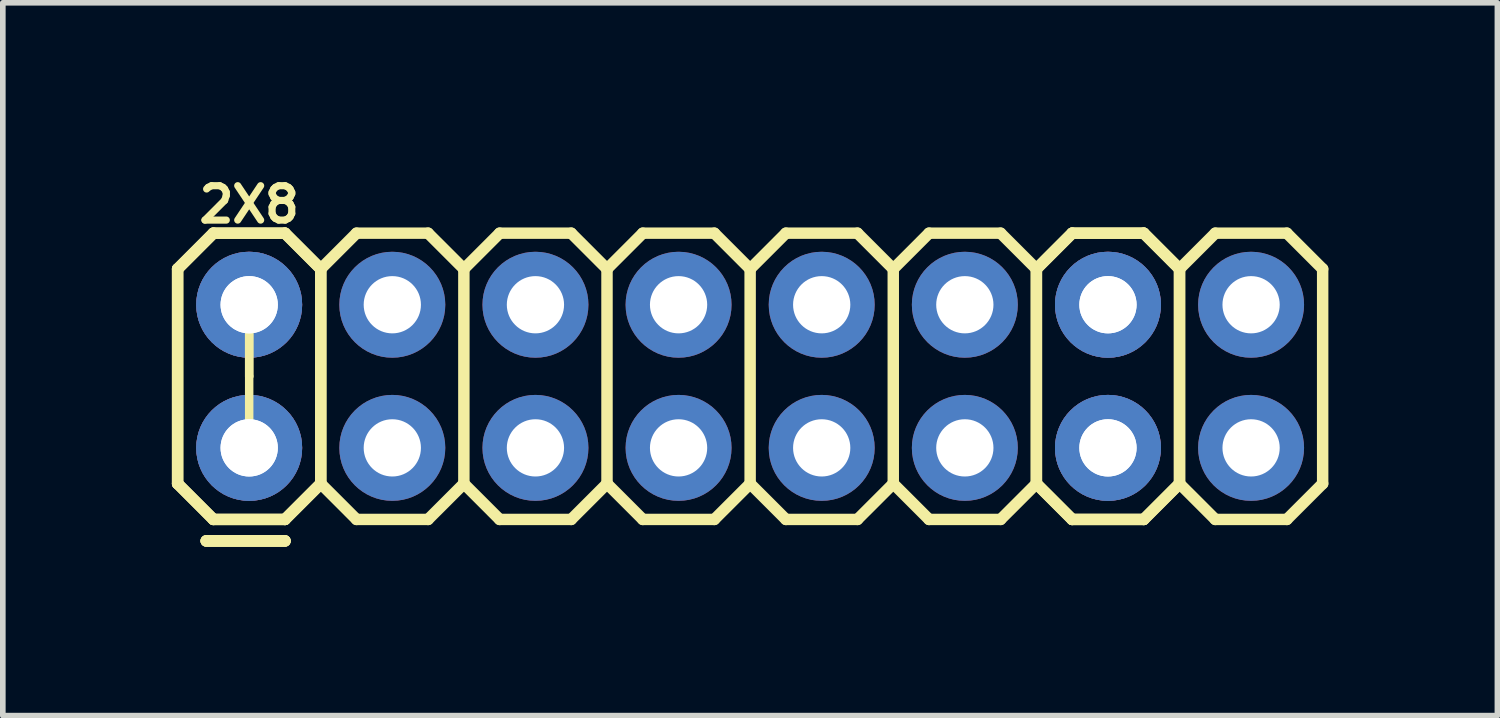
<source format=kicad_pcb>
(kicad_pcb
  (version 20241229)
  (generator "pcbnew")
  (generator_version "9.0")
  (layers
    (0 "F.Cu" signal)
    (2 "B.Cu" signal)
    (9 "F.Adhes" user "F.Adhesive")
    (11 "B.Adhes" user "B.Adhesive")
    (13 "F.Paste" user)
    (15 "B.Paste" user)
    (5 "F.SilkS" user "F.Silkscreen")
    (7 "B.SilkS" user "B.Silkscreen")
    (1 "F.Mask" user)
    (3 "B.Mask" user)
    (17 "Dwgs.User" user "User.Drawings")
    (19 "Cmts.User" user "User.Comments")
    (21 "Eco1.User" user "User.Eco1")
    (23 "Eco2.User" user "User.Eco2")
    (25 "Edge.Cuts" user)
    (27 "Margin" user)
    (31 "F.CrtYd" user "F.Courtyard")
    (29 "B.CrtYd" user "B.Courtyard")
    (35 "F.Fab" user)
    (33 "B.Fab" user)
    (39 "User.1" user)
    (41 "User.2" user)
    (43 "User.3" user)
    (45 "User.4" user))
  (footprint "2X8"
    (layer "F.Cu")
    (at 1.372 4.898)
    (property "Reference" "2X8" (at 0 -4.318 0) (layer "F.SilkS") (effects (font (size 0.61 0.61) (thickness 0.127))))
    (attr exclude_from_pos_files exclude_from_bom)
    (fp_line (start -1.27 -3.175) (end -0.635 -3.81) (stroke (width 0.203) (type solid)) (layer "F.SilkS"))
    (fp_line (start -1.27 -3.175) (end -0.635 -3.81) (stroke (width 0.203) (type solid)) (layer "F.SilkS"))
    (fp_line (start -1.27 0.635) (end -1.27 -3.175) (stroke (width 0.203) (type solid)) (layer "F.SilkS"))
    (fp_line (start -1.27 0.635) (end -1.27 -3.175) (stroke (width 0.203) (type solid)) (layer "F.SilkS"))
    (fp_line (start -1.27 0.635) (end -0.635 1.27) (stroke (width 0.203) (type solid)) (layer "F.SilkS"))
    (fp_line (start -1.27 0.635) (end -0.635 1.27) (stroke (width 0.203) (type solid)) (layer "F.SilkS"))
    (fp_line (start -0.762 1.651) (end 0.635 1.651) (stroke (width 0.203) (type solid)) (layer "F.SilkS"))
    (fp_line (start -0.762 1.651) (end 0.635 1.651) (stroke (width 0.203) (type solid)) (layer "F.SilkS"))
    (fp_line (start -0.635 -3.81) (end 0.635 -3.81) (stroke (width 0.203) (type solid)) (layer "F.SilkS"))
    (fp_line (start -0.635 -3.81) (end 0.635 -3.81) (stroke (width 0.203) (type solid)) (layer "F.SilkS"))
    (fp_line (start -0.635 1.27) (end 0.635 1.27) (stroke (width 0.203) (type solid)) (layer "F.SilkS"))
    (fp_line (start -0.635 1.27) (end 0.635 1.27) (stroke (width 0.203) (type solid)) (layer "F.SilkS"))
    (fp_line (start 0 -2.54) (end 0 -1.27) (stroke (width 0.15) (type solid)) (layer "F.SilkS"))
    (fp_line (start 0 -1.27) (end 0 -2.54) (stroke (width 0.15) (type solid)) (layer "F.SilkS"))
    (fp_line (start 0 -1.27) (end 0 0) (stroke (width 0.15) (type solid)) (layer "F.SilkS"))
    (fp_line (start 0.635 -3.81) (end 1.27 -3.175) (stroke (width 0.203) (type solid)) (layer "F.SilkS"))
    (fp_line (start 0.635 -3.81) (end 1.27 -3.175) (stroke (width 0.203) (type solid)) (layer "F.SilkS"))
    (fp_line (start 0.635 1.27) (end 1.27 0.635) (stroke (width 0.203) (type solid)) (layer "F.SilkS"))
    (fp_line (start 0.635 1.27) (end 1.27 0.635) (stroke (width 0.203) (type solid)) (layer "F.SilkS"))
    (fp_line (start 0.635 1.651) (end -0.762 1.651) (stroke (width 0.203) (type solid)) (layer "F.SilkS"))
    (fp_line (start 0.635 1.651) (end -0.762 1.651) (stroke (width 0.203) (type solid)) (layer "F.SilkS"))
    (fp_line (start 1.27 -3.175) (end 1.27 0.635) (stroke (width 0.203) (type solid)) (layer "F.SilkS"))
    (fp_line (start 1.27 -3.175) (end 1.27 0.635) (stroke (width 0.203) (type solid)) (layer "F.SilkS"))
    (fp_line (start 1.27 -3.175) (end 1.905 -3.81) (stroke (width 0.203) (type solid)) (layer "F.SilkS"))
    (fp_line (start 1.27 0.635) (end 1.905 1.27) (stroke (width 0.203) (type solid)) (layer "F.SilkS"))
    (fp_line (start 1.905 -3.81) (end 3.175 -3.81) (stroke (width 0.203) (type solid)) (layer "F.SilkS"))
    (fp_line (start 1.905 1.27) (end 3.175 1.27) (stroke (width 0.203) (type solid)) (layer "F.SilkS"))
    (fp_line (start 3.175 -3.81) (end 3.81 -3.175) (stroke (width 0.203) (type solid)) (layer "F.SilkS"))
    (fp_line (start 3.175 1.27) (end 3.81 0.635) (stroke (width 0.203) (type solid)) (layer "F.SilkS"))
    (fp_line (start 3.81 -3.175) (end 3.81 0.635) (stroke (width 0.203) (type solid)) (layer "F.SilkS"))
    (fp_line (start 3.81 -3.175) (end 4.445 -3.81) (stroke (width 0.203) (type solid)) (layer "F.SilkS"))
    (fp_line (start 3.81 0.635) (end 4.445 1.27) (stroke (width 0.203) (type solid)) (layer "F.SilkS"))
    (fp_line (start 4.445 -3.81) (end 5.715 -3.81) (stroke (width 0.203) (type solid)) (layer "F.SilkS"))
    (fp_line (start 4.445 1.27) (end 5.715 1.27) (stroke (width 0.203) (type solid)) (layer "F.SilkS"))
    (fp_line (start 5.715 -3.81) (end 6.35 -3.175) (stroke (width 0.203) (type solid)) (layer "F.SilkS"))
    (fp_line (start 5.715 1.27) (end 6.35 0.635) (stroke (width 0.203) (type solid)) (layer "F.SilkS"))
    (fp_line (start 6.35 -3.175) (end 6.35 0.635) (stroke (width 0.203) (type solid)) (layer "F.SilkS"))
    (fp_line (start 6.35 -3.175) (end 6.985 -3.81) (stroke (width 0.203) (type solid)) (layer "F.SilkS"))
    (fp_line (start 6.35 0.635) (end 6.985 1.27) (stroke (width 0.203) (type solid)) (layer "F.SilkS"))
    (fp_line (start 6.985 -3.81) (end 8.255 -3.81) (stroke (width 0.203) (type solid)) (layer "F.SilkS"))
    (fp_line (start 6.985 1.27) (end 8.255 1.27) (stroke (width 0.203) (type solid)) (layer "F.SilkS"))
    (fp_line (start 8.255 -3.81) (end 8.89 -3.175) (stroke (width 0.203) (type solid)) (layer "F.SilkS"))
    (fp_line (start 8.255 1.27) (end 8.89 0.635) (stroke (width 0.203) (type solid)) (layer "F.SilkS"))
    (fp_line (start 8.89 -3.175) (end 8.89 0.635) (stroke (width 0.203) (type solid)) (layer "F.SilkS"))
    (fp_line (start 8.89 -3.175) (end 9.525 -3.81) (stroke (width 0.203) (type solid)) (layer "F.SilkS"))
    (fp_line (start 8.89 0.635) (end 9.525 1.27) (stroke (width 0.203) (type solid)) (layer "F.SilkS"))
    (fp_line (start 9.525 -3.81) (end 10.795 -3.81) (stroke (width 0.203) (type solid)) (layer "F.SilkS"))
    (fp_line (start 9.525 1.27) (end 10.795 1.27) (stroke (width 0.203) (type solid)) (layer "F.SilkS"))
    (fp_line (start 10.795 -3.81) (end 11.43 -3.175) (stroke (width 0.203) (type solid)) (layer "F.SilkS"))
    (fp_line (start 10.795 1.27) (end 11.43 0.635) (stroke (width 0.203) (type solid)) (layer "F.SilkS"))
    (fp_line (start 11.43 -3.175) (end 11.43 0.635) (stroke (width 0.203) (type solid)) (layer "F.SilkS"))
    (fp_line (start 11.43 -3.175) (end 12.065 -3.81) (stroke (width 0.203) (type solid)) (layer "F.SilkS"))
    (fp_line (start 11.43 0.635) (end 12.065 1.27) (stroke (width 0.203) (type solid)) (layer "F.SilkS"))
    (fp_line (start 12.065 -3.81) (end 13.335 -3.81) (stroke (width 0.203) (type solid)) (layer "F.SilkS"))
    (fp_line (start 12.065 1.27) (end 13.335 1.27) (stroke (width 0.203) (type solid)) (layer "F.SilkS"))
    (fp_line (start 13.335 -3.81) (end 13.97 -3.175) (stroke (width 0.203) (type solid)) (layer "F.SilkS"))
    (fp_line (start 13.335 1.27) (end 13.97 0.635) (stroke (width 0.203) (type solid)) (layer "F.SilkS"))
    (fp_line (start 13.97 -3.175) (end 13.97 0.635) (stroke (width 0.203) (type solid)) (layer "F.SilkS"))
    (fp_line (start 13.97 -3.175) (end 13.97 0.635) (stroke (width 0.203) (type solid)) (layer "F.SilkS"))
    (fp_line (start 13.97 -3.175) (end 14.605 -3.81) (stroke (width 0.203) (type solid)) (layer "F.SilkS"))
    (fp_line (start 13.97 -3.175) (end 14.605 -3.81) (stroke (width 0.203) (type solid)) (layer "F.SilkS"))
    (fp_line (start 13.97 0.635) (end 14.605 1.27) (stroke (width 0.203) (type solid)) (layer "F.SilkS"))
    (fp_line (start 13.97 0.635) (end 14.605 1.27) (stroke (width 0.203) (type solid)) (layer "F.SilkS"))
    (fp_line (start 14.605 -3.81) (end 15.875 -3.81) (stroke (width 0.203) (type solid)) (layer "F.SilkS"))
    (fp_line (start 14.605 -3.81) (end 15.875 -3.81) (stroke (width 0.203) (type solid)) (layer "F.SilkS"))
    (fp_line (start 14.605 1.27) (end 15.875 1.27) (stroke (width 0.203) (type solid)) (layer "F.SilkS"))
    (fp_line (start 14.605 1.27) (end 15.875 1.27) (stroke (width 0.203) (type solid)) (layer "F.SilkS"))
    (fp_line (start 15.875 -3.81) (end 16.51 -3.175) (stroke (width 0.203) (type solid)) (layer "F.SilkS"))
    (fp_line (start 15.875 -3.81) (end 16.51 -3.175) (stroke (width 0.203) (type solid)) (layer "F.SilkS"))
    (fp_line (start 16.51 -3.175) (end 16.51 0.635) (stroke (width 0.203) (type solid)) (layer "F.SilkS"))
    (fp_line (start 16.51 -3.175) (end 16.51 0.635) (stroke (width 0.203) (type solid)) (layer "F.SilkS"))
    (fp_line (start 16.51 -3.175) (end 17.145 -3.81) (stroke (width 0.203) (type solid)) (layer "F.SilkS"))
    (fp_line (start 16.51 0.635) (end 15.875 1.27) (stroke (width 0.203) (type solid)) (layer "F.SilkS"))
    (fp_line (start 16.51 0.635) (end 15.875 1.27) (stroke (width 0.203) (type solid)) (layer "F.SilkS"))
    (fp_line (start 16.51 0.635) (end 17.145 1.27) (stroke (width 0.203) (type solid)) (layer "F.SilkS"))
    (fp_line (start 17.145 -3.81) (end 18.415 -3.81) (stroke (width 0.203) (type solid)) (layer "F.SilkS"))
    (fp_line (start 17.145 1.27) (end 18.415 1.27) (stroke (width 0.203) (type solid)) (layer "F.SilkS"))
    (fp_line (start 18.415 -3.81) (end 19.05 -3.175) (stroke (width 0.203) (type solid)) (layer "F.SilkS"))
    (fp_line (start 19.05 -3.175) (end 19.05 0.635) (stroke (width 0.203) (type solid)) (layer "F.SilkS"))
    (fp_line (start 19.05 0.635) (end 18.415 1.27) (stroke (width 0.203) (type solid)) (layer "F.SilkS"))
    (pad "1" thru_hole circle (at 0 0) (size 1.88 1.88) (drill 1.016) (layers "*.Cu" "*.Mask"))
    (pad "1" thru_hole circle (at 0 0) (size 1.88 1.88) (drill 1.016) (layers "*.Cu" "*.Mask"))
    (pad "2" thru_hole circle (at 0 -2.54) (size 1.88 1.88) (drill 1.016) (layers "*.Cu" "*.Mask"))
    (pad "2" thru_hole circle (at 0 -2.54) (size 1.88 1.88) (drill 1.016) (layers "*.Cu" "*.Mask"))
    (pad "3" thru_hole circle (at 2.54 0) (size 1.88 1.88) (drill 1.016) (layers "*.Cu" "*.Mask"))
    (pad "4" thru_hole circle (at 2.54 -2.54) (size 1.88 1.88) (drill 1.016) (layers "*.Cu" "*.Mask"))
    (pad "5" thru_hole circle (at 5.08 0) (size 1.88 1.88) (drill 1.016) (layers "*.Cu" "*.Mask"))
    (pad "6" thru_hole circle (at 5.08 -2.54) (size 1.88 1.88) (drill 1.016) (layers "*.Cu" "*.Mask"))
    (pad "7" thru_hole circle (at 7.62 0) (size 1.88 1.88) (drill 1.016) (layers "*.Cu" "*.Mask"))
    (pad "8" thru_hole circle (at 7.62 -2.54) (size 1.88 1.88) (drill 1.016) (layers "*.Cu" "*.Mask"))
    (pad "9" thru_hole circle (at 10.16 0) (size 1.88 1.88) (drill 1.016) (layers "*.Cu" "*.Mask"))
    (pad "10" thru_hole circle (at 10.16 -2.54) (size 1.88 1.88) (drill 1.016) (layers "*.Cu" "*.Mask"))
    (pad "11" thru_hole circle (at 12.7 0) (size 1.88 1.88) (drill 1.016) (layers "*.Cu" "*.Mask"))
    (pad "12" thru_hole circle (at 12.7 -2.54) (size 1.88 1.88) (drill 1.016) (layers "*.Cu" "*.Mask"))
    (pad "13" thru_hole circle (at 15.24 0) (size 1.88 1.88) (drill 1.016) (layers "*.Cu" "*.Mask"))
    (pad "13" thru_hole circle (at 15.24 0) (size 1.88 1.88) (drill 1.016) (layers "*.Cu" "*.Mask"))
    (pad "14" thru_hole circle (at 15.24 -2.54) (size 1.88 1.88) (drill 1.016) (layers "*.Cu" "*.Mask"))
    (pad "14" thru_hole circle (at 15.24 -2.54) (size 1.88 1.88) (drill 1.016) (layers "*.Cu" "*.Mask"))
    (pad "15" thru_hole circle (at 17.78 0) (size 1.88 1.88) (drill 1.016) (layers "*.Cu" "*.Mask"))
    (pad "16" thru_hole circle (at 17.78 -2.54) (size 1.88 1.88) (drill 1.016) (layers "*.Cu" "*.Mask")))
  (gr_rect
    (start -3 -3)
    (end 23.523 9.65)
    (stroke (width 0.1) (type default))
    (fill no)
    (layer "Edge.Cuts")))
</source>
